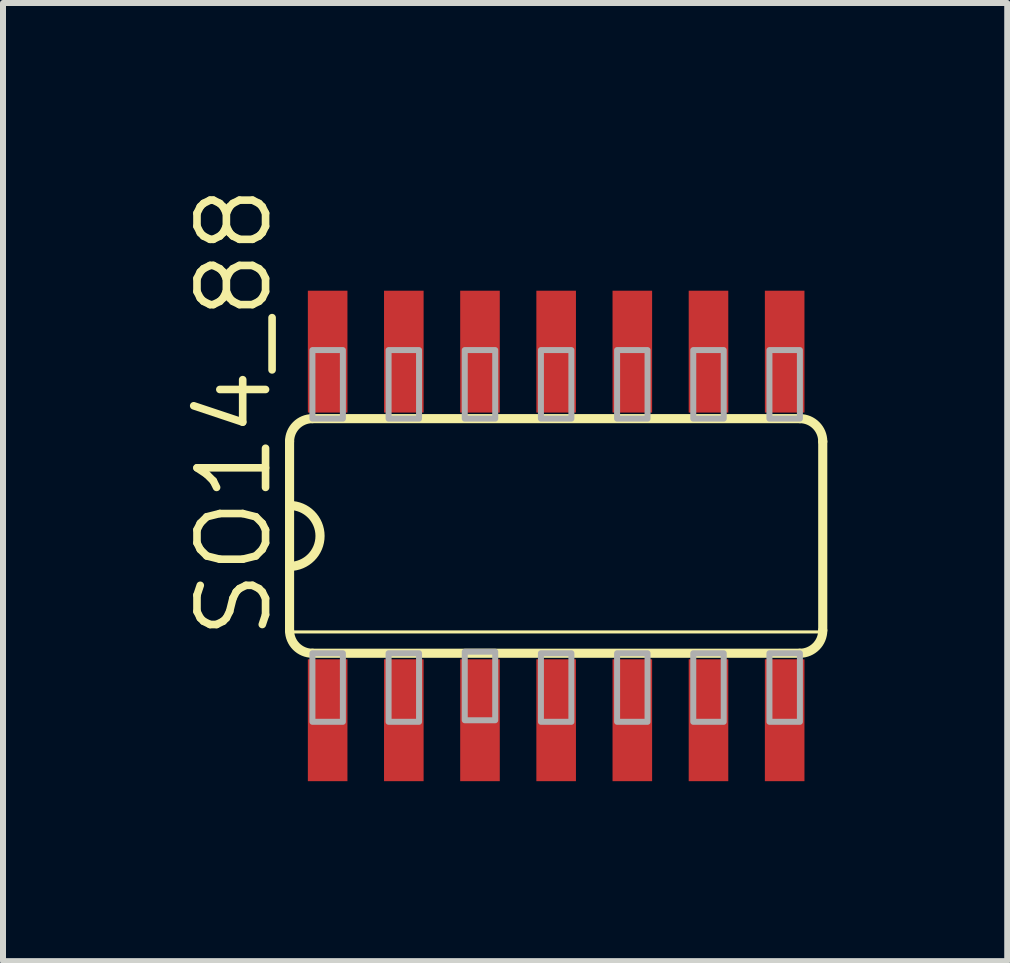
<source format=kicad_pcb>
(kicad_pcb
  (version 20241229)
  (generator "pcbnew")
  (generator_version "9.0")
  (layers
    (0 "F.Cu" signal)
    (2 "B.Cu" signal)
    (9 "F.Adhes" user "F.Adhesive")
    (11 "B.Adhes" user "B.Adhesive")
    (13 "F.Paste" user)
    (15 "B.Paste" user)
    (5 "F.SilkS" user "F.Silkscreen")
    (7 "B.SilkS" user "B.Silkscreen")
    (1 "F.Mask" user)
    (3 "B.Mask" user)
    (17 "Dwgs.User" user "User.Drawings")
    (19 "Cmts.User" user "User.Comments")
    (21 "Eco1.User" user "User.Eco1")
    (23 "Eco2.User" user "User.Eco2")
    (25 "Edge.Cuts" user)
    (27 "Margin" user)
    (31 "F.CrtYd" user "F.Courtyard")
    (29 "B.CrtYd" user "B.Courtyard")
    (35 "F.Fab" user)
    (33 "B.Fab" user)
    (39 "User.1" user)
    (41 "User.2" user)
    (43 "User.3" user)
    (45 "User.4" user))
  (footprint "SO14_88"
    (layer "F.Cu")
    (at 6.223 5.886)
    (property "Reference" "SO14_88" (at -4.699 1.778 90) (unlocked yes) (layer "F.SilkS") (effects (font (size 1.143 1.143) (thickness 0.127)) (justify left bottom)))
    (fp_line (start -4.445 -1.575) (end -4.445 -0.508) (stroke (width 0.152) (type solid)) (layer "F.SilkS"))
    (fp_line (start -4.445 -0.508) (end -4.445 0.508) (stroke (width 0.152) (type solid)) (layer "F.SilkS"))
    (fp_line (start -4.445 0.508) (end -4.445 1.575) (stroke (width 0.152) (type solid)) (layer "F.SilkS"))
    (fp_line (start -4.445 1.6) (end 4.445 1.6) (stroke (width 0.051) (type solid)) (layer "F.SilkS"))
    (fp_line (start -4.064 1.956) (end 4.064 1.956) (stroke (width 0.152) (type solid)) (layer "F.SilkS"))
    (fp_line (start 4.064 -1.956) (end -4.064 -1.956) (stroke (width 0.152) (type solid)) (layer "F.SilkS"))
    (fp_line (start 4.445 1.575) (end 4.445 -1.575) (stroke (width 0.152) (type solid)) (layer "F.SilkS"))
    (fp_arc (start -4.445 -1.5748) (mid -4.333408 -1.844208) (end -4.064 -1.9558) (stroke (width 0.1524) (type solid)) (layer "F.SilkS"))
    (fp_arc (start -4.445 -0.508) (mid -3.937 0) (end -4.445 0.508) (stroke (width 0.1524) (type solid)) (layer "F.SilkS"))
    (fp_arc (start -4.064 1.9558) (mid -4.333408 1.844208) (end -4.445 1.5748) (stroke (width 0.1524) (type solid)) (layer "F.SilkS"))
    (fp_arc (start 4.064 -1.9558) (mid 4.333408 -1.844208) (end 4.445 -1.5748) (stroke (width 0.1524) (type solid)) (layer "F.SilkS"))
    (fp_arc (start 4.445 1.5748) (mid 4.333408 1.844208) (end 4.064 1.9558) (stroke (width 0.1524) (type solid)) (layer "F.SilkS"))
    (fp_poly (pts (xy -4.064 -1.956) (xy -3.556 -1.956) (xy -3.556 -3.099) (xy -4.064 -3.099)) (stroke (width 0.1) (type default)) (fill no) (layer "F.Fab"))
    (fp_poly (pts (xy -4.064 3.099) (xy -3.556 3.099) (xy -3.556 1.956) (xy -4.064 1.956)) (stroke (width 0.1) (type default)) (fill no) (layer "F.Fab"))
    (fp_poly (pts (xy -2.794 -1.956) (xy -2.286 -1.956) (xy -2.286 -3.099) (xy -2.794 -3.099)) (stroke (width 0.1) (type default)) (fill no) (layer "F.Fab"))
    (fp_poly (pts (xy -2.794 3.099) (xy -2.286 3.099) (xy -2.286 1.956) (xy -2.794 1.956)) (stroke (width 0.1) (type default)) (fill no) (layer "F.Fab"))
    (fp_poly (pts (xy -1.524 -1.956) (xy -1.016 -1.956) (xy -1.016 -3.099) (xy -1.524 -3.099)) (stroke (width 0.1) (type default)) (fill no) (layer "F.Fab"))
    (fp_poly (pts (xy -1.524 3.073) (xy -1.016 3.073) (xy -1.016 1.93) (xy -1.524 1.93)) (stroke (width 0.1) (type default)) (fill no) (layer "F.Fab"))
    (fp_poly (pts (xy -0.254 -1.956) (xy 0.254 -1.956) (xy 0.254 -3.099) (xy -0.254 -3.099)) (stroke (width 0.1) (type default)) (fill no) (layer "F.Fab"))
    (fp_poly (pts (xy -0.254 3.099) (xy 0.254 3.099) (xy 0.254 1.956) (xy -0.254 1.956)) (stroke (width 0.1) (type default)) (fill no) (layer "F.Fab"))
    (fp_poly (pts (xy 1.016 -1.956) (xy 1.524 -1.956) (xy 1.524 -3.099) (xy 1.016 -3.099)) (stroke (width 0.1) (type default)) (fill no) (layer "F.Fab"))
    (fp_poly (pts (xy 1.016 3.099) (xy 1.524 3.099) (xy 1.524 1.956) (xy 1.016 1.956)) (stroke (width 0.1) (type default)) (fill no) (layer "F.Fab"))
    (fp_poly (pts (xy 2.286 -1.956) (xy 2.794 -1.956) (xy 2.794 -3.099) (xy 2.286 -3.099)) (stroke (width 0.1) (type default)) (fill no) (layer "F.Fab"))
    (fp_poly (pts (xy 2.286 3.099) (xy 2.794 3.099) (xy 2.794 1.956) (xy 2.286 1.956)) (stroke (width 0.1) (type default)) (fill no) (layer "F.Fab"))
    (fp_poly (pts (xy 3.556 -1.956) (xy 4.064 -1.956) (xy 4.064 -3.099) (xy 3.556 -3.099)) (stroke (width 0.1) (type default)) (fill no) (layer "F.Fab"))
    (fp_poly (pts (xy 3.556 3.099) (xy 4.064 3.099) (xy 4.064 1.956) (xy 3.556 1.956)) (stroke (width 0.1) (type default)) (fill no) (layer "F.Fab"))
    (pad "1" smd rect (at -3.81 3.073) (size 0.66 2.032) (layers "F.Cu" "F.Mask" "F.Paste"))
    (pad "2" smd rect (at -2.54 3.073) (size 0.66 2.032) (layers "F.Cu" "F.Mask" "F.Paste"))
    (pad "3" smd rect (at -1.27 3.073) (size 0.66 2.032) (layers "F.Cu" "F.Mask" "F.Paste"))
    (pad "4" smd rect (at 0 3.073) (size 0.66 2.032) (layers "F.Cu" "F.Mask" "F.Paste"))
    (pad "5" smd rect (at 1.27 3.073) (size 0.66 2.032) (layers "F.Cu" "F.Mask" "F.Paste"))
    (pad "6" smd rect (at 2.54 3.073) (size 0.66 2.032) (layers "F.Cu" "F.Mask" "F.Paste"))
    (pad "7" smd rect (at 3.81 3.073) (size 0.66 2.032) (layers "F.Cu" "F.Mask" "F.Paste"))
    (pad "8" smd rect (at 3.81 -3.073) (size 0.66 2.032) (layers "F.Cu" "F.Mask" "F.Paste"))
    (pad "9" smd rect (at 2.54 -3.073) (size 0.66 2.032) (layers "F.Cu" "F.Mask" "F.Paste"))
    (pad "10" smd rect (at 1.27 -3.073) (size 0.66 2.032) (layers "F.Cu" "F.Mask" "F.Paste"))
    (pad "11" smd rect (at 0 -3.073) (size 0.66 2.032) (layers "F.Cu" "F.Mask" "F.Paste"))
    (pad "12" smd rect (at -1.27 -3.073) (size 0.66 2.032) (layers "F.Cu" "F.Mask" "F.Paste"))
    (pad "13" smd rect (at -2.54 -3.073) (size 0.66 2.032) (layers "F.Cu" "F.Mask" "F.Paste"))
    (pad "14" smd rect (at -3.81 -3.073) (size 0.66 2.032) (layers "F.Cu" "F.Mask" "F.Paste")))
  (gr_rect
    (start -3 -3)
    (end 13.744 12.975)
    (stroke (width 0.1) (type default))
    (fill no)
    (layer "Edge.Cuts")))
</source>
